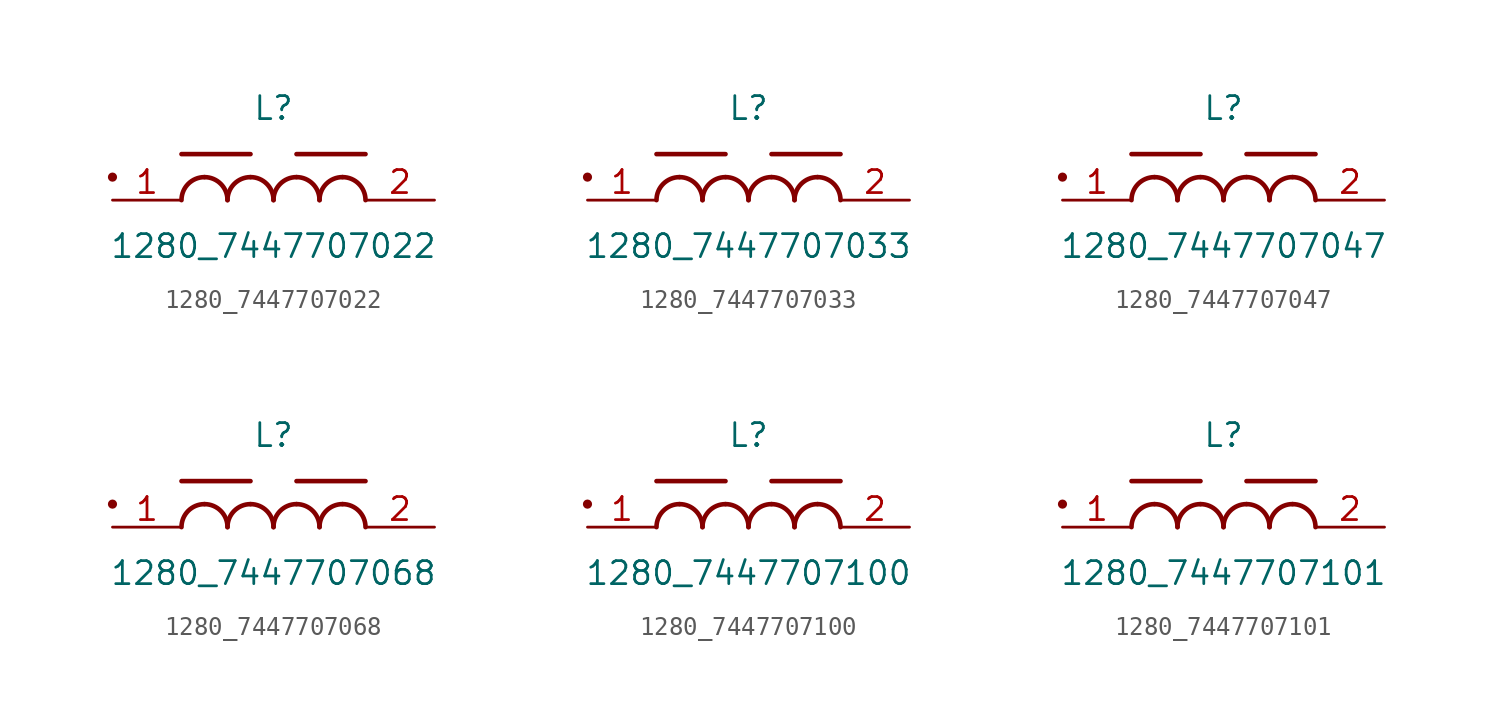
<source format=kicad_sym>
(kicad_symbol_lib
  (version 20211014)
  (generator kicad_symbol_editor)
  (symbol "Inductor_Wurth_WE-PD:1280_7447707022"
    (pin_names hide)
    (property "Reference" "L"
      (at 0 5.08 0)
      (effects (font (size 1.27 1.27))))
    (property "Value" "1280_7447707022"
      (at 0 -2.54 0)
      (effects (font (size 1.27 1.27))))
    (symbol "1280_7447707022_0_1"
      (circle (center -8.89 1.27) (radius 0.0001) (stroke (width 0.254)) (stroke (width 0.254) (type default) (color 0 0 0 0)) (fill (type none)))
      (arc (start -3.81 1.27) (mid -4.708 0.898) (end -5.08 0) (stroke (width 0.254) (type default) (color 0 0 0 0)) (fill (type none)))
      (arc (start -2.54 0) (mid -2.912 0.898) (end -3.81 1.27) (stroke (width 0.254) (type default) (color 0 0 0 0)) (fill (type none)))
      (arc (start -1.2699 1.2701) (mid -2.1679 0.8981) (end -2.5399 0.0001) (stroke (width 0.254) (type default) (color 0 0 0 0)) (fill (type none)))
      (polyline (pts (xy -5.08 2.54) (xy -1.27 2.54)) (stroke (width 0.254) (type default) (color 0 0 0 0)) (fill (type none)))
      (polyline (pts (xy 5.08 2.54) (xy 1.27 2.54)) (stroke (width 0.254) (type default) (color 0 0 0 0)) (fill (type none)))
      (arc (start 0.0001 0.0001) (mid -0.3719 0.8981) (end -1.2699 1.2701) (stroke (width 0.254) (type default) (color 0 0 0 0)) (fill (type none)))
      (arc (start 1.2701 1.2701) (mid 0.3721 0.8981) (end 0.0001 0.0001) (stroke (width 0.254) (type default) (color 0 0 0 0)) (fill (type none)))
      (arc (start 2.5401 0.0001) (mid 2.1681 0.8981) (end 1.2701 1.2701) (stroke (width 0.254) (type default) (color 0 0 0 0)) (fill (type none)))
      (arc (start 3.8101 1.2701) (mid 2.9121 0.8981) (end 2.5401 0.0001) (stroke (width 0.254) (type default) (color 0 0 0 0)) (fill (type none)))
      (arc (start 5.0801 0.0001) (mid 4.7081 0.8981) (end 3.8101 1.2701) (stroke (width 0.254) (type default) (color 0 0 0 0)) (fill (type none))))
    (symbol "1280_7447707022_1_1"
      (pin passive line (at -8.89 0 0) (length 3.81) (name "1" (effects (font (size 1.27 1.27)))) (number "1" (effects (font (size 1.27 1.27)))))
      (pin passive line (at 8.89 0 180) (length 3.81) (name "2" (effects (font (size 1.27 1.27)))) (number "2" (effects (font (size 1.27 1.27)))))))
  (symbol "Inductor_Wurth_WE-PD:1280_7447707033"
    (pin_names hide)
    (property "Reference" "L"
      (at 0 5.08 0)
      (effects (font (size 1.27 1.27))))
    (property "Value" "1280_7447707033"
      (at 0 -2.54 0)
      (effects (font (size 1.27 1.27))))
    (symbol "1280_7447707033_0_1"
      (circle (center -8.89 1.27) (radius 0.0001) (stroke (width 0.254)) (stroke (width 0.254) (type default) (color 0 0 0 0)) (fill (type none)))
      (arc (start -3.81 1.27) (mid -4.708 0.898) (end -5.08 0) (stroke (width 0.254) (type default) (color 0 0 0 0)) (fill (type none)))
      (arc (start -2.54 0) (mid -2.912 0.898) (end -3.81 1.27) (stroke (width 0.254) (type default) (color 0 0 0 0)) (fill (type none)))
      (arc (start -1.2699 1.2701) (mid -2.1679 0.8981) (end -2.5399 0.0001) (stroke (width 0.254) (type default) (color 0 0 0 0)) (fill (type none)))
      (polyline (pts (xy -5.08 2.54) (xy -1.27 2.54)) (stroke (width 0.254) (type default) (color 0 0 0 0)) (fill (type none)))
      (polyline (pts (xy 5.08 2.54) (xy 1.27 2.54)) (stroke (width 0.254) (type default) (color 0 0 0 0)) (fill (type none)))
      (arc (start 0.0001 0.0001) (mid -0.3719 0.8981) (end -1.2699 1.2701) (stroke (width 0.254) (type default) (color 0 0 0 0)) (fill (type none)))
      (arc (start 1.2701 1.2701) (mid 0.3721 0.8981) (end 0.0001 0.0001) (stroke (width 0.254) (type default) (color 0 0 0 0)) (fill (type none)))
      (arc (start 2.5401 0.0001) (mid 2.1681 0.8981) (end 1.2701 1.2701) (stroke (width 0.254) (type default) (color 0 0 0 0)) (fill (type none)))
      (arc (start 3.8101 1.2701) (mid 2.9121 0.8981) (end 2.5401 0.0001) (stroke (width 0.254) (type default) (color 0 0 0 0)) (fill (type none)))
      (arc (start 5.0801 0.0001) (mid 4.7081 0.8981) (end 3.8101 1.2701) (stroke (width 0.254) (type default) (color 0 0 0 0)) (fill (type none))))
    (symbol "1280_7447707033_1_1"
      (pin passive line (at -8.89 0 0) (length 3.81) (name "1" (effects (font (size 1.27 1.27)))) (number "1" (effects (font (size 1.27 1.27)))))
      (pin passive line (at 8.89 0 180) (length 3.81) (name "2" (effects (font (size 1.27 1.27)))) (number "2" (effects (font (size 1.27 1.27)))))))
  (symbol "Inductor_Wurth_WE-PD:1280_7447707047"
    (pin_names hide)
    (property "Reference" "L"
      (at 0 5.08 0)
      (effects (font (size 1.27 1.27))))
    (property "Value" "1280_7447707047"
      (at 0 -2.54 0)
      (effects (font (size 1.27 1.27))))
    (symbol "1280_7447707047_0_1"
      (circle (center -8.89 1.27) (radius 0.0001) (stroke (width 0.254)) (stroke (width 0.254) (type default) (color 0 0 0 0)) (fill (type none)))
      (arc (start -3.81 1.27) (mid -4.708 0.898) (end -5.08 0) (stroke (width 0.254) (type default) (color 0 0 0 0)) (fill (type none)))
      (arc (start -2.54 0) (mid -2.912 0.898) (end -3.81 1.27) (stroke (width 0.254) (type default) (color 0 0 0 0)) (fill (type none)))
      (arc (start -1.2699 1.2701) (mid -2.1679 0.8981) (end -2.5399 0.0001) (stroke (width 0.254) (type default) (color 0 0 0 0)) (fill (type none)))
      (polyline (pts (xy -5.08 2.54) (xy -1.27 2.54)) (stroke (width 0.254) (type default) (color 0 0 0 0)) (fill (type none)))
      (polyline (pts (xy 5.08 2.54) (xy 1.27 2.54)) (stroke (width 0.254) (type default) (color 0 0 0 0)) (fill (type none)))
      (arc (start 0.0001 0.0001) (mid -0.3719 0.8981) (end -1.2699 1.2701) (stroke (width 0.254) (type default) (color 0 0 0 0)) (fill (type none)))
      (arc (start 1.2701 1.2701) (mid 0.3721 0.8981) (end 0.0001 0.0001) (stroke (width 0.254) (type default) (color 0 0 0 0)) (fill (type none)))
      (arc (start 2.5401 0.0001) (mid 2.1681 0.8981) (end 1.2701 1.2701) (stroke (width 0.254) (type default) (color 0 0 0 0)) (fill (type none)))
      (arc (start 3.8101 1.2701) (mid 2.9121 0.8981) (end 2.5401 0.0001) (stroke (width 0.254) (type default) (color 0 0 0 0)) (fill (type none)))
      (arc (start 5.0801 0.0001) (mid 4.7081 0.8981) (end 3.8101 1.2701) (stroke (width 0.254) (type default) (color 0 0 0 0)) (fill (type none))))
    (symbol "1280_7447707047_1_1"
      (pin passive line (at -8.89 0 0) (length 3.81) (name "1" (effects (font (size 1.27 1.27)))) (number "1" (effects (font (size 1.27 1.27)))))
      (pin passive line (at 8.89 0 180) (length 3.81) (name "2" (effects (font (size 1.27 1.27)))) (number "2" (effects (font (size 1.27 1.27)))))))
  (symbol "Inductor_Wurth_WE-PD:1280_7447707068"
    (pin_names hide)
    (property "Reference" "L"
      (at 0 5.08 0)
      (effects (font (size 1.27 1.27))))
    (property "Value" "1280_7447707068"
      (at 0 -2.54 0)
      (effects (font (size 1.27 1.27))))
    (symbol "1280_7447707068_0_1"
      (circle (center -8.89 1.27) (radius 0.0001) (stroke (width 0.254)) (stroke (width 0.254) (type default) (color 0 0 0 0)) (fill (type none)))
      (arc (start -3.81 1.27) (mid -4.708 0.898) (end -5.08 0) (stroke (width 0.254) (type default) (color 0 0 0 0)) (fill (type none)))
      (arc (start -2.54 0) (mid -2.912 0.898) (end -3.81 1.27) (stroke (width 0.254) (type default) (color 0 0 0 0)) (fill (type none)))
      (arc (start -1.2699 1.2701) (mid -2.1679 0.8981) (end -2.5399 0.0001) (stroke (width 0.254) (type default) (color 0 0 0 0)) (fill (type none)))
      (polyline (pts (xy -5.08 2.54) (xy -1.27 2.54)) (stroke (width 0.254) (type default) (color 0 0 0 0)) (fill (type none)))
      (polyline (pts (xy 5.08 2.54) (xy 1.27 2.54)) (stroke (width 0.254) (type default) (color 0 0 0 0)) (fill (type none)))
      (arc (start 0.0001 0.0001) (mid -0.3719 0.8981) (end -1.2699 1.2701) (stroke (width 0.254) (type default) (color 0 0 0 0)) (fill (type none)))
      (arc (start 1.2701 1.2701) (mid 0.3721 0.8981) (end 0.0001 0.0001) (stroke (width 0.254) (type default) (color 0 0 0 0)) (fill (type none)))
      (arc (start 2.5401 0.0001) (mid 2.1681 0.8981) (end 1.2701 1.2701) (stroke (width 0.254) (type default) (color 0 0 0 0)) (fill (type none)))
      (arc (start 3.8101 1.2701) (mid 2.9121 0.8981) (end 2.5401 0.0001) (stroke (width 0.254) (type default) (color 0 0 0 0)) (fill (type none)))
      (arc (start 5.0801 0.0001) (mid 4.7081 0.8981) (end 3.8101 1.2701) (stroke (width 0.254) (type default) (color 0 0 0 0)) (fill (type none))))
    (symbol "1280_7447707068_1_1"
      (pin passive line (at -8.89 0 0) (length 3.81) (name "1" (effects (font (size 1.27 1.27)))) (number "1" (effects (font (size 1.27 1.27)))))
      (pin passive line (at 8.89 0 180) (length 3.81) (name "2" (effects (font (size 1.27 1.27)))) (number "2" (effects (font (size 1.27 1.27)))))))
  (symbol "Inductor_Wurth_WE-PD:1280_7447707100"
    (pin_names hide)
    (property "Reference" "L"
      (at 0 5.08 0)
      (effects (font (size 1.27 1.27))))
    (property "Value" "1280_7447707100"
      (at 0 -2.54 0)
      (effects (font (size 1.27 1.27))))
    (symbol "1280_7447707100_0_1"
      (circle (center -8.89 1.27) (radius 0.0001) (stroke (width 0.254)) (stroke (width 0.254) (type default) (color 0 0 0 0)) (fill (type none)))
      (arc (start -3.81 1.27) (mid -4.708 0.898) (end -5.08 0) (stroke (width 0.254) (type default) (color 0 0 0 0)) (fill (type none)))
      (arc (start -2.54 0) (mid -2.912 0.898) (end -3.81 1.27) (stroke (width 0.254) (type default) (color 0 0 0 0)) (fill (type none)))
      (arc (start -1.2699 1.2701) (mid -2.1679 0.8981) (end -2.5399 0.0001) (stroke (width 0.254) (type default) (color 0 0 0 0)) (fill (type none)))
      (polyline (pts (xy -5.08 2.54) (xy -1.27 2.54)) (stroke (width 0.254) (type default) (color 0 0 0 0)) (fill (type none)))
      (polyline (pts (xy 5.08 2.54) (xy 1.27 2.54)) (stroke (width 0.254) (type default) (color 0 0 0 0)) (fill (type none)))
      (arc (start 0.0001 0.0001) (mid -0.3719 0.8981) (end -1.2699 1.2701) (stroke (width 0.254) (type default) (color 0 0 0 0)) (fill (type none)))
      (arc (start 1.2701 1.2701) (mid 0.3721 0.8981) (end 0.0001 0.0001) (stroke (width 0.254) (type default) (color 0 0 0 0)) (fill (type none)))
      (arc (start 2.5401 0.0001) (mid 2.1681 0.8981) (end 1.2701 1.2701) (stroke (width 0.254) (type default) (color 0 0 0 0)) (fill (type none)))
      (arc (start 3.8101 1.2701) (mid 2.9121 0.8981) (end 2.5401 0.0001) (stroke (width 0.254) (type default) (color 0 0 0 0)) (fill (type none)))
      (arc (start 5.0801 0.0001) (mid 4.7081 0.8981) (end 3.8101 1.2701) (stroke (width 0.254) (type default) (color 0 0 0 0)) (fill (type none))))
    (symbol "1280_7447707100_1_1"
      (pin passive line (at -8.89 0 0) (length 3.81) (name "1" (effects (font (size 1.27 1.27)))) (number "1" (effects (font (size 1.27 1.27)))))
      (pin passive line (at 8.89 0 180) (length 3.81) (name "2" (effects (font (size 1.27 1.27)))) (number "2" (effects (font (size 1.27 1.27)))))))
  (symbol "Inductor_Wurth_WE-PD:1280_7447707101"
    (pin_names hide)
    (property "Reference" "L"
      (at 0 5.08 0)
      (effects (font (size 1.27 1.27))))
    (property "Value" "1280_7447707101"
      (at 0 -2.54 0)
      (effects (font (size 1.27 1.27))))
    (symbol "1280_7447707101_0_1"
      (circle (center -8.89 1.27) (radius 0.0001) (stroke (width 0.254)) (stroke (width 0.254) (type default) (color 0 0 0 0)) (fill (type none)))
      (arc (start -3.81 1.27) (mid -4.708 0.898) (end -5.08 0) (stroke (width 0.254) (type default) (color 0 0 0 0)) (fill (type none)))
      (arc (start -2.54 0) (mid -2.912 0.898) (end -3.81 1.27) (stroke (width 0.254) (type default) (color 0 0 0 0)) (fill (type none)))
      (arc (start -1.2699 1.2701) (mid -2.1679 0.8981) (end -2.5399 0.0001) (stroke (width 0.254) (type default) (color 0 0 0 0)) (fill (type none)))
      (polyline (pts (xy -5.08 2.54) (xy -1.27 2.54)) (stroke (width 0.254) (type default) (color 0 0 0 0)) (fill (type none)))
      (polyline (pts (xy 5.08 2.54) (xy 1.27 2.54)) (stroke (width 0.254) (type default) (color 0 0 0 0)) (fill (type none)))
      (arc (start 0.0001 0.0001) (mid -0.3719 0.8981) (end -1.2699 1.2701) (stroke (width 0.254) (type default) (color 0 0 0 0)) (fill (type none)))
      (arc (start 1.2701 1.2701) (mid 0.3721 0.8981) (end 0.0001 0.0001) (stroke (width 0.254) (type default) (color 0 0 0 0)) (fill (type none)))
      (arc (start 2.5401 0.0001) (mid 2.1681 0.8981) (end 1.2701 1.2701) (stroke (width 0.254) (type default) (color 0 0 0 0)) (fill (type none)))
      (arc (start 3.8101 1.2701) (mid 2.9121 0.8981) (end 2.5401 0.0001) (stroke (width 0.254) (type default) (color 0 0 0 0)) (fill (type none)))
      (arc (start 5.0801 0.0001) (mid 4.7081 0.8981) (end 3.8101 1.2701) (stroke (width 0.254) (type default) (color 0 0 0 0)) (fill (type none))))
    (symbol "1280_7447707101_1_1"
      (pin passive line (at -8.89 0 0) (length 3.81) (name "1" (effects (font (size 1.27 1.27)))) (number "1" (effects (font (size 1.27 1.27)))))
      (pin passive line (at 8.89 0 180) (length 3.81) (name "2" (effects (font (size 1.27 1.27)))) (number "2" (effects (font (size 1.27 1.27))))))))
</source>
